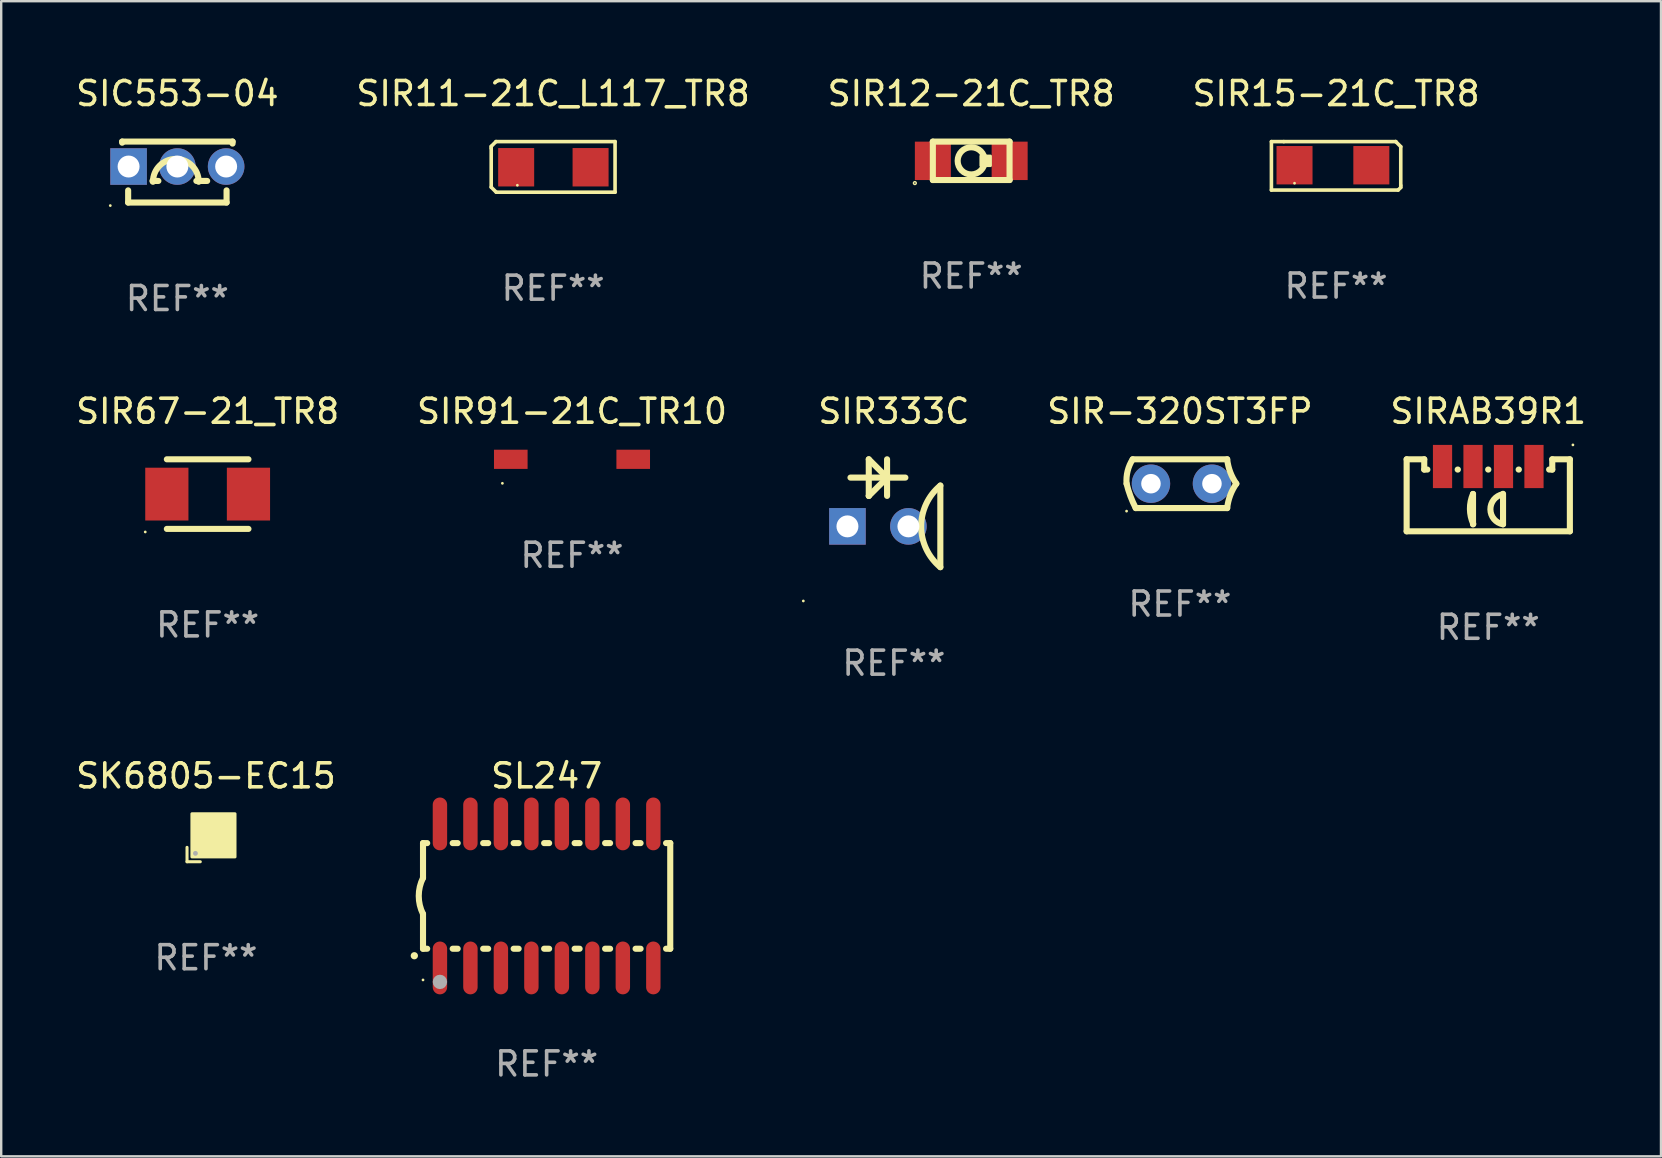
<source format=kicad_pcb>
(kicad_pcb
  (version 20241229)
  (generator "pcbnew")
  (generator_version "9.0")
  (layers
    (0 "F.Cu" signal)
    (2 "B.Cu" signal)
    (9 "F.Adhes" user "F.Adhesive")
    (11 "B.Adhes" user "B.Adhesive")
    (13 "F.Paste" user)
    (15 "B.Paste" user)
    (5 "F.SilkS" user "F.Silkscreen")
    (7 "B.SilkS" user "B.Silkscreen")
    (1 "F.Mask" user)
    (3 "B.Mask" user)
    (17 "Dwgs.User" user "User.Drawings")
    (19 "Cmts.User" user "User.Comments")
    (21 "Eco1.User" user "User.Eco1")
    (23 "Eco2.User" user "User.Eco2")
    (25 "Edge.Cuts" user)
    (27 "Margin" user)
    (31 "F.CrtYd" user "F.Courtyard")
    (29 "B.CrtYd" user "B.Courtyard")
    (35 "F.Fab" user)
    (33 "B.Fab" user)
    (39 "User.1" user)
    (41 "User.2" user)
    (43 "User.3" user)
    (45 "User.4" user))
  (footprint "SIR333C"
    (layer "F.Cu")
    (at 34.19 18.332)
    (property "Reference" "SIR333C" (at 0 -4.247 0) (layer "F.SilkS") (effects (font (size 1 1) (thickness 0.15))))
    (attr through_hole)
    (fp_line (start -1.808 -1.485) (end 0.478 -1.485) (stroke (width 0.254) (type solid)) (layer "F.SilkS"))
    (fp_line (start -1.046 -2.247) (end -1.046 -0.723) (stroke (width 0.254) (type solid)) (layer "F.SilkS"))
    (fp_line (start -1.046 -0.723) (end -1.044 -0.723) (stroke (width 0.254) (type solid)) (layer "F.SilkS"))
    (fp_line (start -1.044 -0.723) (end -0.282 -1.485) (stroke (width 0.254) (type solid)) (layer "F.SilkS"))
    (fp_line (start -0.284 -2.247) (end -0.284 -0.723) (stroke (width 0.254) (type solid)) (layer "F.SilkS"))
    (fp_line (start -0.284 -1.485) (end -1.046 -2.247) (stroke (width 0.254) (type solid)) (layer "F.SilkS"))
    (fp_line (start -0.278 -1.485) (end -0.284 -1.485) (stroke (width 0.254) (type solid)) (layer "F.SilkS"))
    (fp_line (start 1.935 -1.153) (end 1.935 2.247) (stroke (width 0.254) (type solid)) (layer "F.SilkS"))
    (fp_arc (start 1.935979 2.246266) (mid 1.1372 0.547002) (end 1.93598 -1.152261) (stroke (width 0.254001) (type solid)) (layer "F.SilkS"))
    (fp_circle (center -3.773 3.655) (end -3.743 3.655) (stroke (width 0.06) (type solid)) (fill no) (layer "F.SilkS"))
    (fp_text user "REF**" (at 0 6.247 0) (layer "F.Fab") (effects (font (size 1 1) (thickness 0.15))))
    (pad "1" thru_hole rect (at -1.935 0.547) (size 1.524 1.524) (drill 0.914) (layers "*.Cu" "*.Mask"))
    (pad "2" thru_hole circle (at 0.605 0.547) (size 1.524 1.524) (drill 0.914) (layers "*.Cu" "*.Mask")))
  (footprint "SIR15-21C_TR8"
    (layer "F.Cu")
    (at 52.613 3.859)
    (property "Reference" "SIR15-21C_TR8" (at 0 -3.01 0) (layer "F.SilkS") (effects (font (size 1 1) (thickness 0.15))))
    (attr through_hole)
    (fp_line (start -2.695 -1.009) (end -2.179 -1.009) (stroke (width 0.15) (type solid)) (layer "F.SilkS"))
    (fp_line (start -2.695 1.01) (end -2.695 -1.009) (stroke (width 0.15) (type solid)) (layer "F.SilkS"))
    (fp_line (start -2.179 -1.009) (end 2.484 -1.009) (stroke (width 0.15) (type solid)) (layer "F.SilkS"))
    (fp_line (start 2.484 -1.009) (end 2.484 -1.009) (stroke (width 0.15) (type solid)) (layer "F.SilkS"))
    (fp_line (start 2.583 1.01) (end -2.695 1.01) (stroke (width 0.15) (type solid)) (layer "F.SilkS"))
    (fp_line (start 2.694 -0.799) (end 2.485 -1.01) (stroke (width 0.15) (type solid)) (layer "F.SilkS"))
    (fp_line (start 2.694 0.819) (end 2.694 -0.799) (stroke (width 0.15) (type solid)) (layer "F.SilkS"))
    (fp_line (start 2.695 0.817) (end 2.695 0.901) (stroke (width 0.15) (type solid)) (layer "F.SilkS"))
    (fp_line (start 2.695 0.901) (end 2.583 1.01) (stroke (width 0.15) (type solid)) (layer "F.SilkS"))
    (fp_circle (center -1.732 0.724) (end -1.702 0.724) (stroke (width 0.06) (type solid)) (fill no) (layer "F.SilkS"))
    (fp_text user "REF**" (at 0 5.01 0) (layer "F.Fab") (effects (font (size 1 1) (thickness 0.15))))
    (pad "1" smd rect (at -1.732 -0.026 180) (size 1.5 1.6) (layers "F.Cu" "F.Mask" "F.Paste"))
    (pad "2" smd rect (at 1.468 -0.026) (size 1.5 1.6) (layers "F.Cu" "F.Mask" "F.Paste")))
  (footprint "SIR-320ST3FP"
    (layer "F.Cu")
    (at 46.107 17.101)
    (property "Reference" "SIR-320ST3FP" (at 0 -3.016 0) (layer "F.SilkS") (effects (font (size 1 1) (thickness 0.15))))
    (attr through_hole)
    (fp_line (start 1.969 -1.016) (end -1.969 -1.016) (stroke (width 0.254) (type solid)) (layer "F.SilkS"))
    (fp_line (start 1.969 1.016) (end -1.842 1.016) (stroke (width 0.254) (type solid)) (layer "F.SilkS"))
    (fp_arc (start -2.222504 0) (mid -2.179264 -0.528941) (end -1.968504 -1.016002) (stroke (width 0.254001) (type solid)) (layer "F.SilkS"))
    (fp_arc (start -1.841503 1.016002) (mid -2.062293 0.51936) (end -2.222504 0) (stroke (width 0.254001) (type solid)) (layer "F.SilkS"))
    (fp_arc (start 1.968504 1.016002) (mid 2.095165 0.484061) (end 2.349505 0) (stroke (width 0.254001) (type solid)) (layer "F.SilkS"))
    (fp_arc (start 2.349505 0) (mid 2.09579 -0.484295) (end 1.968504 -1.016002) (stroke (width 0.254001) (type solid)) (layer "F.SilkS"))
    (fp_circle (center -2.223 1.143) (end -2.193 1.143) (stroke (width 0.06) (type solid)) (fill no) (layer "F.SilkS"))
    (fp_text user "REF**" (at 0 5.016 0) (layer "F.Fab") (effects (font (size 1 1) (thickness 0.15))))
    (pad "1" thru_hole circle (at -1.207 0) (size 1.6 1.6) (drill 0.813) (layers "*.Cu" "*.Mask"))
    (pad "2" thru_hole circle (at 1.334 0) (size 1.6 1.6) (drill 0.813) (layers "*.Cu" "*.Mask")))
  (footprint "SIR12-21C_TR8"
    (layer "F.Cu")
    (at 37.411 3.65)
    (property "Reference" "SIR12-21C_TR8" (at 0 -2.801 0) (layer "F.SilkS") (effects (font (size 1 1) (thickness 0.15))))
    (attr through_hole)
    (fp_line (start -1.598 -0.799) (end -1.598 0.801) (stroke (width 0.254) (type solid)) (layer "F.SilkS"))
    (fp_line (start -1.598 0.801) (end 1.602 0.801) (stroke (width 0.254) (type solid)) (layer "F.SilkS"))
    (fp_line (start 1.598 -0.801) (end -1.602 -0.801) (stroke (width 0.254) (type solid)) (layer "F.SilkS"))
    (fp_line (start 1.598 0.799) (end 1.598 -0.801) (stroke (width 0.254) (type solid)) (layer "F.SilkS"))
    (fp_circle (center -2.347 0.928) (end -2.318 0.928) (stroke (width 0.06) (type solid)) (fill no) (layer "F.SilkS"))
    (fp_circle (center 0.002 0.001) (end 0.568 0.001) (stroke (width 0.254) (type solid)) (fill no) (layer "F.SilkS"))
    (fp_poly (pts (xy 0.403 -0.199) (xy 0.803 -0.199) (xy 0.803 0.201) (xy 0.403 0.201)) (stroke (width 0.12) (type solid)) (fill yes) (layer "F.SilkS"))
    (fp_text user "REF**" (at 0 4.801 0) (layer "F.Fab") (effects (font (size 1 1) (thickness 0.15))))
    (pad "1" smd rect (at -1.597 0.001 180) (size 1.5 1.6) (layers "F.Cu" "F.Mask" "F.Paste"))
    (pad "2" smd rect (at 1.602 0.001) (size 1.5 1.6) (layers "F.Cu" "F.Mask" "F.Paste")))
  (footprint "SIR67-21_TR8"
    (layer "F.Cu")
    (at 5.601 17.535)
    (property "Reference" "SIR67-21_TR8" (at 0 -3.45 0) (layer "F.SilkS") (effects (font (size 1 1) (thickness 0.15))))
    (attr through_hole)
    (fp_line (start -1.7 -1.45) (end 1.7 -1.45) (stroke (width 0.254) (type solid)) (layer "F.SilkS"))
    (fp_line (start -1.7 1.45) (end 1.7 1.45) (stroke (width 0.254) (type solid)) (layer "F.SilkS"))
    (fp_circle (center -2.6 1.577) (end -2.57 1.577) (stroke (width 0.06) (type solid)) (fill no) (layer "F.SilkS"))
    (fp_text user "REF**" (at 0 5.45 0) (layer "F.Fab") (effects (font (size 1 1) (thickness 0.15))))
    (pad "1" smd rect (at -1.7 0) (size 1.8 2.2) (layers "F.Cu" "F.Mask" "F.Paste"))
    (pad "2" smd rect (at 1.7 0) (size 1.8 2.2) (layers "F.Cu" "F.Mask" "F.Paste")))
  (footprint "SK6805-EC15"
    (layer "F.Cu")
    (at 5.53 32.063)
    (property "Reference" "SK6805-EC15" (at 0 -2.788 0) (layer "F.SilkS") (effects (font (size 1 1) (thickness 0.15))))
    (attr through_hole)
    (fp_line (start -0.788 0.188) (end -0.788 0.788) (stroke (width 0.127) (type solid)) (layer "F.SilkS"))
    (fp_line (start -0.788 0.788) (end -0.236 0.788) (stroke (width 0.127) (type solid)) (layer "F.SilkS"))
    (fp_circle (center -0.438 0.438) (end -0.408 0.438) (stroke (width 0.06) (type solid)) (fill no) (layer "F.SilkS"))
    (fp_poly (pts (xy -0.587 -1.212) (xy 1.213 -1.212) (xy 1.213 0.588) (xy -0.587 0.588)) (stroke (width 0.12) (type solid)) (fill yes) (layer "F.SilkS"))
    (fp_circle (center -0.438 0.438) (end -0.387 0.438) (stroke (width 0.1) (type solid)) (fill no) (layer "F.Fab"))
    (fp_text user "REF**" (at 0 4.788 0) (layer "F.Fab") (effects (font (size 1 1) (thickness 0.15))))
    (pad "1" smd rect (at -0.163 0.162) (size 0.55 0.55) (layers "F.Cu" "F.Mask" "F.Paste"))
    (pad "2" smd rect (at 0.788 0.163) (size 0.55 0.55) (layers "F.Cu" "F.Mask" "F.Paste"))
    (pad "3" smd rect (at 0.788 -0.788) (size 0.55 0.55) (layers "F.Cu" "F.Mask" "F.Paste"))
    (pad "4" smd rect (at -0.163 -0.788) (size 0.55 0.55) (layers "F.Cu" "F.Mask" "F.Paste")))
  (footprint "SIR11-21C_L117_TR8"
    (layer "F.Cu")
    (at 19.994 3.903)
    (property "Reference" "SIR11-21C_L117_TR8" (at 0 -3.055 0) (layer "F.SilkS") (effects (font (size 1 1) (thickness 0.15))))
    (attr through_hole)
    (fp_line (start -2.58 -0.855) (end -2.38 -1.055) (stroke (width 0.15) (type solid)) (layer "F.SilkS"))
    (fp_line (start -2.58 -0.775) (end -2.58 -0.855) (stroke (width 0.15) (type solid)) (layer "F.SilkS"))
    (fp_line (start -2.58 -0.775) (end -2.58 0.845) (stroke (width 0.15) (type solid)) (layer "F.SilkS"))
    (fp_line (start -2.58 0.845) (end -2.37 1.055) (stroke (width 0.15) (type solid)) (layer "F.SilkS"))
    (fp_line (start -2.38 -1.055) (end 2.58 -1.055) (stroke (width 0.15) (type solid)) (layer "F.SilkS"))
    (fp_line (start 2.58 -1.055) (end 2.58 1.055) (stroke (width 0.15) (type solid)) (layer "F.SilkS"))
    (fp_line (start 2.58 1.055) (end -2.37 1.055) (stroke (width 0.15) (type solid)) (layer "F.SilkS"))
    (fp_circle (center -1.49 0.765) (end -1.46 0.765) (stroke (width 0.06) (type solid)) (fill no) (layer "F.SilkS"))
    (fp_text user "REF**" (at 0 5.055 0) (layer "F.Fab") (effects (font (size 1 1) (thickness 0.15))))
    (pad "1" smd rect (at -1.54 0.015) (size 1.5 1.6) (layers "F.Cu" "F.Mask" "F.Paste"))
    (pad "2" smd rect (at 1.56 0.015) (size 1.5 1.6) (layers "F.Cu" "F.Mask" "F.Paste")))
  (footprint "SIR91-21C_TR10"
    (layer "F.Cu")
    (at 20.78 16.085)
    (property "Reference" "SIR91-21C_TR10" (at 0 -2 0) (layer "F.SilkS") (effects (font (size 1 1) (thickness 0.15))))
    (attr through_hole)
    (fp_circle (center -2.9 1) (end -2.87 1) (stroke (width 0.06) (type solid)) (fill no) (layer "F.SilkS"))
    (fp_text user "REF**" (at 0 4 0) (layer "F.Fab") (effects (font (size 1 1) (thickness 0.15))))
    (pad "1" smd rect (at -2.55 0) (size 1.4 0.8) (layers "F.Cu" "F.Mask" "F.Paste"))
    (pad "2" smd rect (at 2.55 0) (size 1.4 0.8) (layers "F.Cu" "F.Mask" "F.Paste")))
  (footprint "SIRAB39R1"
    (layer "F.Cu")
    (at 58.952 17.585)
    (property "Reference" "SIRAB39R1" (at 0 -3.5 0) (layer "F.SilkS") (effects (font (size 1 1) (thickness 0.15))))
    (attr through_hole)
    (fp_line (start -3.4 1.5) (end 3.4 1.5) (stroke (width 0.254) (type solid)) (layer "F.SilkS"))
    (fp_line (start -3.4 -1.5) (end -3.4 1.5) (stroke (width 0.254) (type solid)) (layer "F.SilkS"))
    (fp_line (start -3.4 -1.5) (end -2.667 -1.5) (stroke (width 0.254) (type solid)) (layer "F.SilkS"))
    (fp_line (start -2.667 -1.5) (end -2.667 -1.073) (stroke (width 0.254) (type solid)) (layer "F.SilkS"))
    (fp_line (start -2.536 -1.073) (end -2.667 -1.073) (stroke (width 0.254) (type solid)) (layer "F.SilkS"))
    (fp_line (start -1.266 -1.073) (end -1.274 -1.073) (stroke (width 0.254) (type solid)) (layer "F.SilkS"))
    (fp_line (start -0.635 -0.057) (end -0.635 1.213) (stroke (width 0.254) (type solid)) (layer "F.SilkS"))
    (fp_line (start 0.004 -1.073) (end -0.004 -1.073) (stroke (width 0.254) (type solid)) (layer "F.SilkS"))
    (fp_line (start 0.616 1.207) (end 0.616 -0.063) (stroke (width 0.254) (type solid)) (layer "F.SilkS"))
    (fp_line (start 1.274 -1.073) (end 1.266 -1.073) (stroke (width 0.254) (type solid)) (layer "F.SilkS"))
    (fp_line (start 2.667 -1.5) (end 2.667 -1.073) (stroke (width 0.254) (type solid)) (layer "F.SilkS"))
    (fp_line (start 2.667 -1.073) (end 2.536 -1.073) (stroke (width 0.254) (type solid)) (layer "F.SilkS"))
    (fp_line (start 3.4 -1.5) (end 2.667 -1.5) (stroke (width 0.254) (type solid)) (layer "F.SilkS"))
    (fp_line (start 3.4 -1.5) (end 3.4 1.5) (stroke (width 0.254) (type solid)) (layer "F.SilkS"))
    (fp_arc (start -0.623609 1.194451) (mid -0.763652 0.569955) (end -0.634989 -0.056985) (stroke (width 0.254001) (type solid)) (layer "F.SilkS"))
    (fp_arc (start 0.615837 1.20743) (mid 0.08935 0.586448) (end 0.604457 -0.044006) (stroke (width 0.254001) (type solid)) (layer "F.SilkS"))
    (fp_circle (center 3.527 -2.1) (end 3.557 -2.1) (stroke (width 0.06) (type solid)) (fill no) (layer "F.SilkS"))
    (fp_text user "REF**" (at 0 5.5 0) (layer "F.Fab") (effects (font (size 1 1) (thickness 0.15))))
    (pad "1" smd rect (at 1.905 -1.2 90) (size 1.8 0.8) (layers "F.Cu" "F.Mask" "F.Paste"))
    (pad "2" smd rect (at 0.635 -1.2 90) (size 1.8 0.8) (layers "F.Cu" "F.Mask" "F.Paste"))
    (pad "3" smd rect (at -0.635 -1.2 90) (size 1.8 0.8) (layers "F.Cu" "F.Mask" "F.Paste"))
    (pad "4" smd rect (at -1.905 -1.2 90) (size 1.8 0.8) (layers "F.Cu" "F.Mask" "F.Paste")))
  (footprint "SL247"
    (layer "F.Cu")
    (at 19.723 34.275)
    (property "Reference" "SL247" (at 0 -5 0) (layer "F.SilkS") (effects (font (size 1 1) (thickness 0.15))))
    (attr through_hole)
    (fp_line (start -5.15 -2.2) (end -5.15 -0.75) (stroke (width 0.254) (type solid)) (layer "F.SilkS"))
    (fp_line (start -5.15 -2.2) (end -4.976 -2.2) (stroke (width 0.254) (type solid)) (layer "F.SilkS"))
    (fp_line (start -5.15 2.2) (end -5.15 0.75) (stroke (width 0.254) (type solid)) (layer "F.SilkS"))
    (fp_line (start -5.15 2.2) (end -4.976 2.2) (stroke (width 0.254) (type solid)) (layer "F.SilkS"))
    (fp_line (start -3.914 -2.2) (end -3.706 -2.2) (stroke (width 0.254) (type solid)) (layer "F.SilkS"))
    (fp_line (start -3.914 2.2) (end -3.706 2.2) (stroke (width 0.254) (type solid)) (layer "F.SilkS"))
    (fp_line (start -2.644 -2.2) (end -2.436 -2.2) (stroke (width 0.254) (type solid)) (layer "F.SilkS"))
    (fp_line (start -2.644 2.2) (end -2.436 2.2) (stroke (width 0.254) (type solid)) (layer "F.SilkS"))
    (fp_line (start -1.374 -2.2) (end -1.166 -2.2) (stroke (width 0.254) (type solid)) (layer "F.SilkS"))
    (fp_line (start -1.374 2.2) (end -1.166 2.2) (stroke (width 0.254) (type solid)) (layer "F.SilkS"))
    (fp_line (start -0.104 -2.2) (end 0.104 -2.2) (stroke (width 0.254) (type solid)) (layer "F.SilkS"))
    (fp_line (start -0.104 2.2) (end 0.104 2.2) (stroke (width 0.254) (type solid)) (layer "F.SilkS"))
    (fp_line (start 1.166 -2.2) (end 1.374 -2.2) (stroke (width 0.254) (type solid)) (layer "F.SilkS"))
    (fp_line (start 1.166 2.2) (end 1.374 2.2) (stroke (width 0.254) (type solid)) (layer "F.SilkS"))
    (fp_line (start 2.436 -2.2) (end 2.644 -2.2) (stroke (width 0.254) (type solid)) (layer "F.SilkS"))
    (fp_line (start 2.436 2.2) (end 2.644 2.2) (stroke (width 0.254) (type solid)) (layer "F.SilkS"))
    (fp_line (start 3.706 -2.2) (end 3.914 -2.2) (stroke (width 0.254) (type solid)) (layer "F.SilkS"))
    (fp_line (start 3.706 2.2) (end 3.914 2.2) (stroke (width 0.254) (type solid)) (layer "F.SilkS"))
    (fp_line (start 4.976 -2.2) (end 5.15 -2.2) (stroke (width 0.254) (type solid)) (layer "F.SilkS"))
    (fp_line (start 4.976 2.2) (end 5.15 2.2) (stroke (width 0.254) (type solid)) (layer "F.SilkS"))
    (fp_line (start 5.15 2.2) (end 5.15 -2.2) (stroke (width 0.254) (type solid)) (layer "F.SilkS"))
    (fp_arc (start -5.513081 2.491618) (mid -5.511811 2.491613) (end -5.510541 2.491618) (stroke (width 0.3) (type solid)) (layer "F.SilkS"))
    (fp_arc (start -5.15047 0.751207) (mid -5.327506 0.000556) (end -5.150013 -0.749987) (stroke (width 0.254001) (type solid)) (layer "F.SilkS"))
    (fp_circle (center -5.15 3.5) (end -5.12 3.5) (stroke (width 0.06) (type solid)) (fill no) (layer "F.SilkS"))
    (fp_circle (center -4.445 3.582) (end -4.295 3.582) (stroke (width 0.3) (type solid)) (fill no) (layer "F.Fab"))
    (fp_text user "REF**" (at 0 7 0) (layer "F.Fab") (effects (font (size 1 1) (thickness 0.15))))
    (pad "1" smd oval (at -4.445 3 180) (size 0.6 2.2) (layers "F.Cu" "F.Mask" "F.Paste"))
    (pad "2" smd oval (at -3.175 3 180) (size 0.6 2.2) (layers "F.Cu" "F.Mask" "F.Paste"))
    (pad "3" smd oval (at -1.905 3 180) (size 0.6 2.2) (layers "F.Cu" "F.Mask" "F.Paste"))
    (pad "4" smd oval (at -0.635 3 180) (size 0.6 2.2) (layers "F.Cu" "F.Mask" "F.Paste"))
    (pad "5" smd oval (at 0.635 3 180) (size 0.6 2.2) (layers "F.Cu" "F.Mask" "F.Paste"))
    (pad "6" smd oval (at 1.905 3 180) (size 0.6 2.2) (layers "F.Cu" "F.Mask" "F.Paste"))
    (pad "7" smd oval (at 3.175 3 180) (size 0.6 2.2) (layers "F.Cu" "F.Mask" "F.Paste"))
    (pad "8" smd oval (at 4.445 3 180) (size 0.6 2.2) (layers "F.Cu" "F.Mask" "F.Paste"))
    (pad "9" smd oval (at 4.445 -3 180) (size 0.6 2.2) (layers "F.Cu" "F.Mask" "F.Paste"))
    (pad "10" smd oval (at 3.175 -3 180) (size 0.6 2.2) (layers "F.Cu" "F.Mask" "F.Paste"))
    (pad "11" smd oval (at 1.905 -3 180) (size 0.6 2.2) (layers "F.Cu" "F.Mask" "F.Paste"))
    (pad "12" smd oval (at 0.635 -3 180) (size 0.6 2.2) (layers "F.Cu" "F.Mask" "F.Paste"))
    (pad "13" smd oval (at -0.635 -3 180) (size 0.6 2.2) (layers "F.Cu" "F.Mask" "F.Paste"))
    (pad "14" smd oval (at -1.905 -3 180) (size 0.6 2.2) (layers "F.Cu" "F.Mask" "F.Paste"))
    (pad "15" smd oval (at -3.175 -3 180) (size 0.6 2.2) (layers "F.Cu" "F.Mask" "F.Paste"))
    (pad "16" smd oval (at -4.445 -3 180) (size 0.6 2.2) (layers "F.Cu" "F.Mask" "F.Paste")))
  (footprint "SIC553-04"
    (layer "F.Cu")
    (at 4.339 4.118)
    (property "Reference" "SIC553-04" (at 0 -3.27 0) (layer "F.SilkS") (effects (font (size 1 1) (thickness 0.15))))
    (attr through_hole)
    (fp_line (start -2.3 -1.27) (end -2.3 -1.223) (stroke (width 0.254) (type solid)) (layer "F.SilkS"))
    (fp_line (start -2.3 -1.27) (end 2.3 -1.27) (stroke (width 0.254) (type solid)) (layer "F.SilkS"))
    (fp_line (start -2.05 1.27) (end -2.05 0.763) (stroke (width 0.254) (type solid)) (layer "F.SilkS"))
    (fp_line (start -2.05 1.27) (end 2.05 1.27) (stroke (width 0.254) (type solid)) (layer "F.SilkS"))
    (fp_line (start -0.864 0.37) (end -1.039 0.37) (stroke (width 0.254) (type solid)) (layer "F.SilkS"))
    (fp_line (start -0.864 0.37) (end -0.791 0.37) (stroke (width 0.254) (type solid)) (layer "F.SilkS"))
    (fp_line (start 0.791 0.37) (end 1.241 0.37) (stroke (width 0.254) (type solid)) (layer "F.SilkS"))
    (fp_line (start 2.05 1.27) (end 2.05 0.763) (stroke (width 0.254) (type solid)) (layer "F.SilkS"))
    (fp_line (start 2.3 -1.27) (end 2.3 -1.186) (stroke (width 0.254) (type solid)) (layer "F.SilkS"))
    (fp_arc (start -1.016002 0.405003) (mid -0.0635 -0.541447) (end 0.889002 0.405004) (stroke (width 0.254001) (type solid)) (layer "F.SilkS"))
    (fp_circle (center -2.794 1.397) (end -2.764 1.397) (stroke (width 0.06) (type solid)) (fill no) (layer "F.SilkS"))
    (fp_text user "REF**" (at 0 5.27 0) (layer "F.Fab") (effects (font (size 1 1) (thickness 0.15))))
    (pad "1" thru_hole rect (at -2.032 -0.23) (size 1.524 1.524) (drill 0.914) (layers "*.Cu" "*.Mask"))
    (pad "2" thru_hole circle (at 0 -0.23) (size 1.524 1.524) (drill 0.914) (layers "*.Cu" "*.Mask"))
    (pad "3" thru_hole circle (at 2.032 -0.23) (size 1.524 1.524) (drill 0.914) (layers "*.Cu" "*.Mask")))
  (gr_rect
    (start -3 -3)
    (end 66.148 45.123)
    (stroke (width 0.1) (type default))
    (fill no)
    (layer "Edge.Cuts")))
</source>
